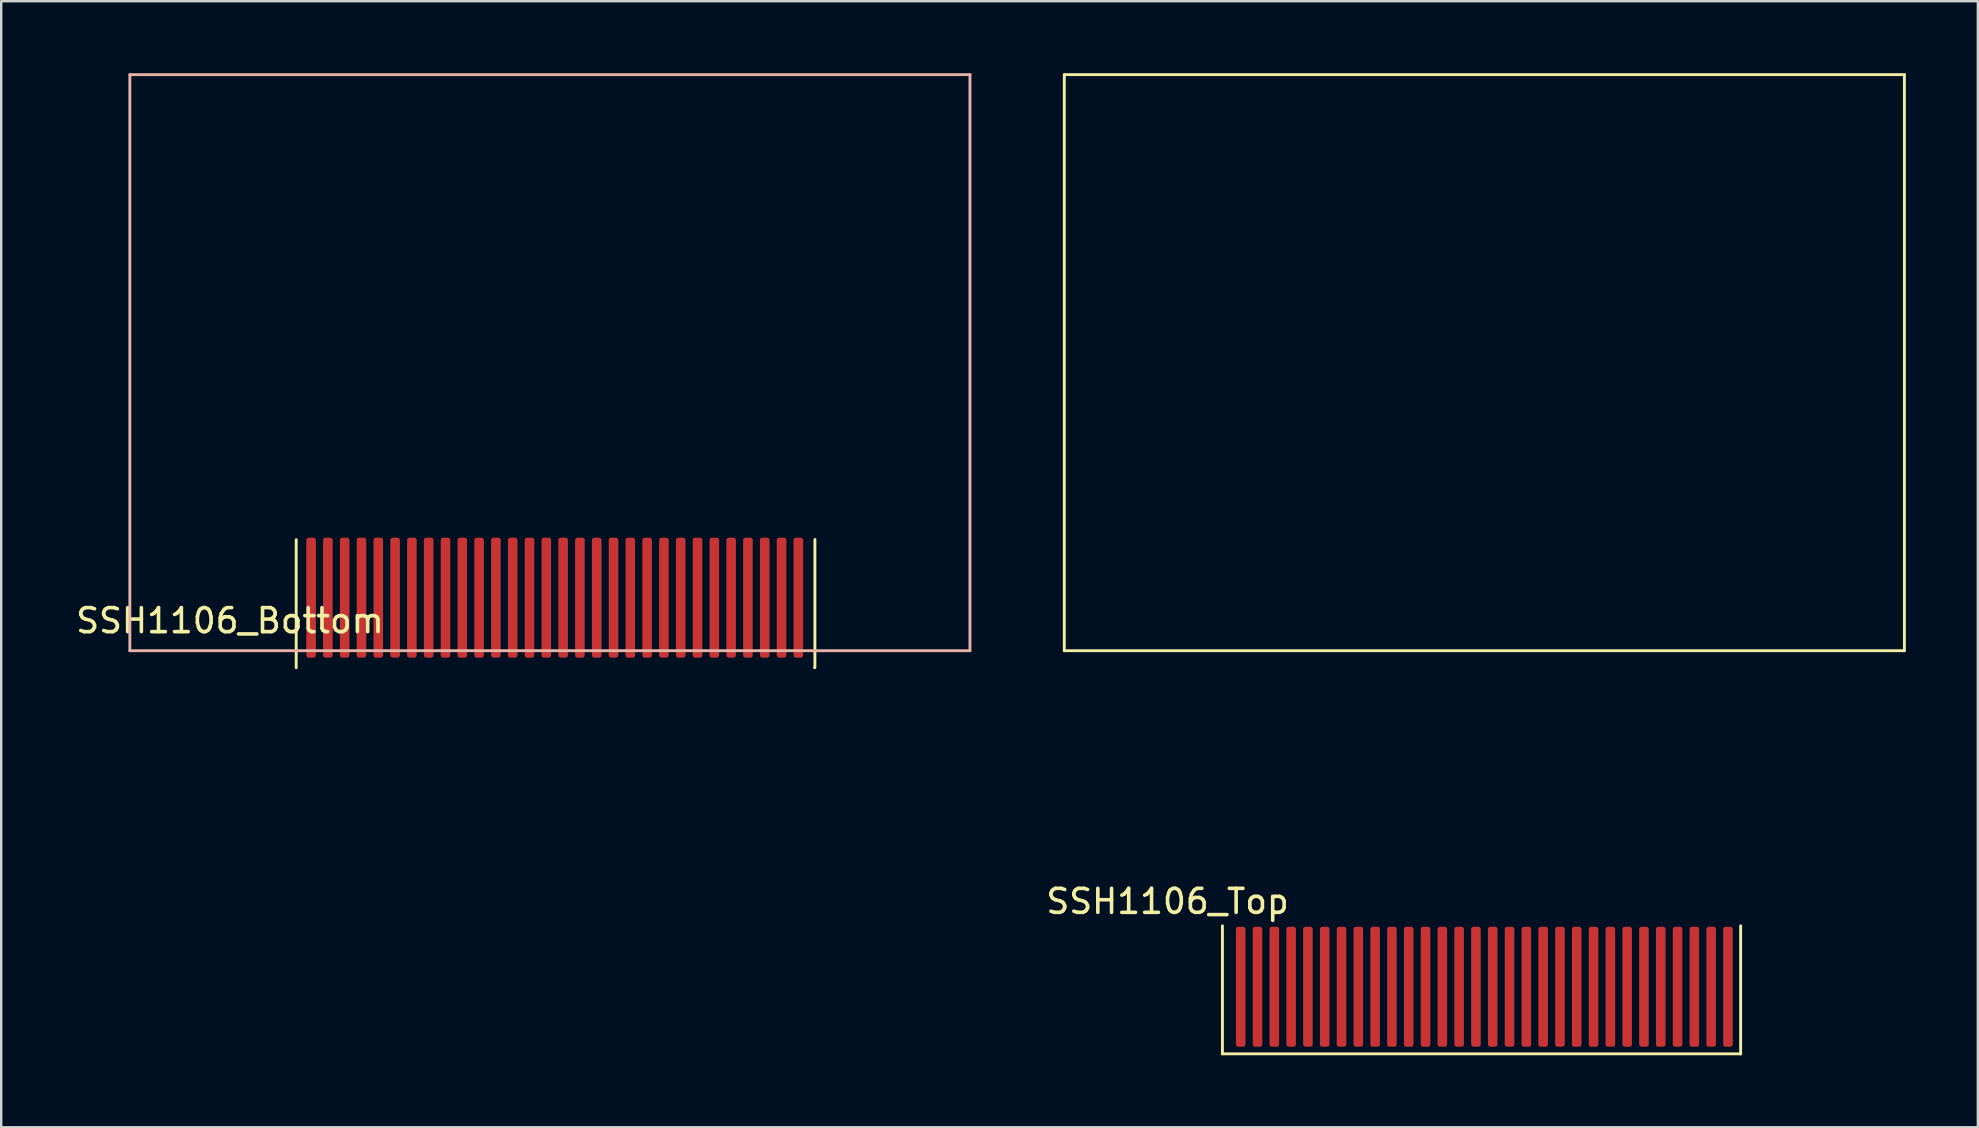
<source format=kicad_pcb>
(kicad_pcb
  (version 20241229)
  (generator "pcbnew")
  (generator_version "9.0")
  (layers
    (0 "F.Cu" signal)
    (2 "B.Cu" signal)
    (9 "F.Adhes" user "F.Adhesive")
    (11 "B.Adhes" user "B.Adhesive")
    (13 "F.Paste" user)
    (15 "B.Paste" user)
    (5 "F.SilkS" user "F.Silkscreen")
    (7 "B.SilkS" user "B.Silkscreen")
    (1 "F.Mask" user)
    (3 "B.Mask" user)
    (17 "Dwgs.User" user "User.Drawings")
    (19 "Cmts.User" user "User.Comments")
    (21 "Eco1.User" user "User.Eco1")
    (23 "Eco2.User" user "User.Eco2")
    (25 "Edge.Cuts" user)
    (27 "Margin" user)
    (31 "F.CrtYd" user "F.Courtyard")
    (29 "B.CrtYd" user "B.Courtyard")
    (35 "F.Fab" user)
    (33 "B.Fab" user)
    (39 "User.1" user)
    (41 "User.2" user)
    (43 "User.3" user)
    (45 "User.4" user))
  (footprint "SSH1106_Bottom"
    (layer "F.Cu")
    (at 19.86 22.06)
    (property "Reference" "SSH1106_Bottom" (at -13.33 0.75 0) (layer "F.SilkS") (effects (font (size 1 1) (thickness 0.15))))
    (attr through_hole)
    (fp_line (start -10.57 -2.624) (end -10.57 2.71) (stroke (width 0.12) (type solid)) (layer "F.SilkS"))
    (fp_line (start 11.028 2.704) (end 11.028 2.704) (stroke (width 0.12) (type solid)) (layer "F.SilkS"))
    (fp_line (start 11.04 2.7) (end 11.04 -2.634) (stroke (width 0.12) (type solid)) (layer "F.SilkS"))
    (fp_line (start -17.5 -22) (end -17.5 2) (stroke (width 0.12) (type solid)) (layer "B.SilkS"))
    (fp_line (start -17.5 -22) (end 17.5 -22) (stroke (width 0.12) (type solid)) (layer "B.SilkS"))
    (fp_line (start -17.5 2) (end 17.5 2) (stroke (width 0.12) (type solid)) (layer "B.SilkS"))
    (fp_line (start 17.5 -22) (end 17.5 2) (stroke (width 0.12) (type solid)) (layer "B.SilkS"))
    (pad "1" smd roundrect (at 10.35 -0.21) (size 0.4 5) (layers "F.Cu" "F.Mask" "F.Paste") (roundrect_rratio 0.25))
    (pad "2" smd roundrect (at 9.65 -0.21) (size 0.4 5) (layers "F.Cu" "F.Mask" "F.Paste") (roundrect_rratio 0.25))
    (pad "3" smd roundrect (at 8.95 -0.21) (size 0.4 5) (layers "F.Cu" "F.Mask" "F.Paste") (roundrect_rratio 0.25))
    (pad "4" smd roundrect (at 8.25 -0.21) (size 0.4 5) (layers "F.Cu" "F.Mask" "F.Paste") (roundrect_rratio 0.25))
    (pad "5" smd roundrect (at 7.55 -0.21) (size 0.4 5) (layers "F.Cu" "F.Mask" "F.Paste") (roundrect_rratio 0.25))
    (pad "6" smd roundrect (at 6.85 -0.21) (size 0.4 5) (layers "F.Cu" "F.Mask" "F.Paste") (roundrect_rratio 0.25))
    (pad "7" smd roundrect (at 6.15 -0.21) (size 0.4 5) (layers "F.Cu" "F.Mask" "F.Paste") (roundrect_rratio 0.25))
    (pad "8" smd roundrect (at 5.45 -0.21) (size 0.4 5) (layers "F.Cu" "F.Mask" "F.Paste") (roundrect_rratio 0.25))
    (pad "9" smd roundrect (at 4.75 -0.21) (size 0.4 5) (layers "F.Cu" "F.Mask" "F.Paste") (roundrect_rratio 0.25))
    (pad "10" smd roundrect (at 4.05 -0.21) (size 0.4 5) (layers "F.Cu" "F.Mask" "F.Paste") (roundrect_rratio 0.25))
    (pad "11" smd roundrect (at 3.35 -0.21) (size 0.4 5) (layers "F.Cu" "F.Mask" "F.Paste") (roundrect_rratio 0.25))
    (pad "12" smd roundrect (at 2.65 -0.21) (size 0.4 5) (layers "F.Cu" "F.Mask" "F.Paste") (roundrect_rratio 0.25))
    (pad "13" smd roundrect (at 1.95 -0.21) (size 0.4 5) (layers "F.Cu" "F.Mask" "F.Paste") (roundrect_rratio 0.25))
    (pad "14" smd roundrect (at 1.25 -0.21) (size 0.4 5) (layers "F.Cu" "F.Mask" "F.Paste") (roundrect_rratio 0.25))
    (pad "15" smd roundrect (at 0.55 -0.21) (size 0.4 5) (layers "F.Cu" "F.Mask" "F.Paste") (roundrect_rratio 0.25))
    (pad "16" smd roundrect (at -0.15 -0.21) (size 0.4 5) (layers "F.Cu" "F.Mask" "F.Paste") (roundrect_rratio 0.25))
    (pad "17" smd roundrect (at -0.85 -0.21) (size 0.4 5) (layers "F.Cu" "F.Mask" "F.Paste") (roundrect_rratio 0.25))
    (pad "18" smd roundrect (at -1.55 -0.21) (size 0.4 5) (layers "F.Cu" "F.Mask" "F.Paste") (roundrect_rratio 0.25))
    (pad "19" smd roundrect (at -2.25 -0.21) (size 0.4 5) (layers "F.Cu" "F.Mask" "F.Paste") (roundrect_rratio 0.25))
    (pad "20" smd roundrect (at -2.95 -0.21) (size 0.4 5) (layers "F.Cu" "F.Mask" "F.Paste") (roundrect_rratio 0.25))
    (pad "21" smd roundrect (at -3.65 -0.21) (size 0.4 5) (layers "F.Cu" "F.Mask" "F.Paste") (roundrect_rratio 0.25))
    (pad "22" smd roundrect (at -4.35 -0.21) (size 0.4 5) (layers "F.Cu" "F.Mask" "F.Paste") (roundrect_rratio 0.25))
    (pad "23" smd roundrect (at -5.05 -0.21) (size 0.4 5) (layers "F.Cu" "F.Mask" "F.Paste") (roundrect_rratio 0.25))
    (pad "24" smd roundrect (at -5.75 -0.21) (size 0.4 5) (layers "F.Cu" "F.Mask" "F.Paste") (roundrect_rratio 0.25))
    (pad "25" smd roundrect (at -6.45 -0.21) (size 0.4 5) (layers "F.Cu" "F.Mask" "F.Paste") (roundrect_rratio 0.25))
    (pad "26" smd roundrect (at -7.15 -0.21) (size 0.4 5) (layers "F.Cu" "F.Mask" "F.Paste") (roundrect_rratio 0.25))
    (pad "27" smd roundrect (at -7.85 -0.21) (size 0.4 5) (layers "F.Cu" "F.Mask" "F.Paste") (roundrect_rratio 0.25))
    (pad "28" smd roundrect (at -8.55 -0.21) (size 0.4 5) (layers "F.Cu" "F.Mask" "F.Paste") (roundrect_rratio 0.25))
    (pad "29" smd roundrect (at -9.25 -0.21) (size 0.4 5) (layers "F.Cu" "F.Mask" "F.Paste") (roundrect_rratio 0.25))
    (pad "30" smd roundrect (at -9.95 -0.21) (size 0.4 5) (layers "F.Cu" "F.Mask" "F.Paste") (roundrect_rratio 0.25)))
  (footprint "SSH1106_Top"
    (layer "F.Cu")
    (at 48.64 38.06)
    (property "Reference" "SSH1106_Top" (at -3.048 -3.556 0) (layer "F.SilkS") (effects (font (size 1 1) (thickness 0.15))))
    (attr through_hole)
    (fp_line (start -7.35 -38) (end 27.65 -38) (stroke (width 0.12) (type solid)) (layer "F.SilkS"))
    (fp_line (start -7.35 -14) (end -7.35 -38) (stroke (width 0.12) (type solid)) (layer "F.SilkS"))
    (fp_line (start -7.35 -14) (end 27.65 -14) (stroke (width 0.12) (type solid)) (layer "F.SilkS"))
    (fp_line (start -0.762 -2.54) (end -0.762 2.794) (stroke (width 0.12) (type solid)) (layer "F.SilkS"))
    (fp_line (start -0.762 2.794) (end 20.828 2.794) (stroke (width 0.12) (type solid)) (layer "F.SilkS"))
    (fp_line (start 20.828 2.794) (end 20.828 -2.54) (stroke (width 0.12) (type solid)) (layer "F.SilkS"))
    (fp_line (start 20.828 2.794) (end 20.828 2.794) (stroke (width 0.12) (type solid)) (layer "F.SilkS"))
    (fp_line (start 27.65 -14) (end 27.65 -38) (stroke (width 0.12) (type solid)) (layer "F.SilkS"))
    (pad "1" smd roundrect (at 0 0) (size 0.4 5) (layers "F.Cu" "F.Mask" "F.Paste") (roundrect_rratio 0.25))
    (pad "2" smd roundrect (at 0.7 0) (size 0.4 5) (layers "F.Cu" "F.Mask" "F.Paste") (roundrect_rratio 0.25))
    (pad "3" smd roundrect (at 1.4 0) (size 0.4 5) (layers "F.Cu" "F.Mask" "F.Paste") (roundrect_rratio 0.25))
    (pad "4" smd roundrect (at 2.1 0) (size 0.4 5) (layers "F.Cu" "F.Mask" "F.Paste") (roundrect_rratio 0.25))
    (pad "5" smd roundrect (at 2.8 0) (size 0.4 5) (layers "F.Cu" "F.Mask" "F.Paste") (roundrect_rratio 0.25))
    (pad "6" smd roundrect (at 3.5 0) (size 0.4 5) (layers "F.Cu" "F.Mask" "F.Paste") (roundrect_rratio 0.25))
    (pad "7" smd roundrect (at 4.2 0) (size 0.4 5) (layers "F.Cu" "F.Mask" "F.Paste") (roundrect_rratio 0.25))
    (pad "8" smd roundrect (at 4.9 0) (size 0.4 5) (layers "F.Cu" "F.Mask" "F.Paste") (roundrect_rratio 0.25))
    (pad "9" smd roundrect (at 5.6 0) (size 0.4 5) (layers "F.Cu" "F.Mask" "F.Paste") (roundrect_rratio 0.25))
    (pad "10" smd roundrect (at 6.3 0) (size 0.4 5) (layers "F.Cu" "F.Mask" "F.Paste") (roundrect_rratio 0.25))
    (pad "11" smd roundrect (at 7 0) (size 0.4 5) (layers "F.Cu" "F.Mask" "F.Paste") (roundrect_rratio 0.25))
    (pad "12" smd roundrect (at 7.7 0) (size 0.4 5) (layers "F.Cu" "F.Mask" "F.Paste") (roundrect_rratio 0.25))
    (pad "13" smd roundrect (at 8.4 0) (size 0.4 5) (layers "F.Cu" "F.Mask" "F.Paste") (roundrect_rratio 0.25))
    (pad "14" smd roundrect (at 9.1 0) (size 0.4 5) (layers "F.Cu" "F.Mask" "F.Paste") (roundrect_rratio 0.25))
    (pad "15" smd roundrect (at 9.8 0) (size 0.4 5) (layers "F.Cu" "F.Mask" "F.Paste") (roundrect_rratio 0.25))
    (pad "16" smd roundrect (at 10.5 0) (size 0.4 5) (layers "F.Cu" "F.Mask" "F.Paste") (roundrect_rratio 0.25))
    (pad "17" smd roundrect (at 11.2 0) (size 0.4 5) (layers "F.Cu" "F.Mask" "F.Paste") (roundrect_rratio 0.25))
    (pad "18" smd roundrect (at 11.9 0) (size 0.4 5) (layers "F.Cu" "F.Mask" "F.Paste") (roundrect_rratio 0.25))
    (pad "19" smd roundrect (at 12.6 0) (size 0.4 5) (layers "F.Cu" "F.Mask" "F.Paste") (roundrect_rratio 0.25))
    (pad "20" smd roundrect (at 13.3 0) (size 0.4 5) (layers "F.Cu" "F.Mask" "F.Paste") (roundrect_rratio 0.25))
    (pad "21" smd roundrect (at 14 0) (size 0.4 5) (layers "F.Cu" "F.Mask" "F.Paste") (roundrect_rratio 0.25))
    (pad "22" smd roundrect (at 14.7 0) (size 0.4 5) (layers "F.Cu" "F.Mask" "F.Paste") (roundrect_rratio 0.25))
    (pad "23" smd roundrect (at 15.4 0) (size 0.4 5) (layers "F.Cu" "F.Mask" "F.Paste") (roundrect_rratio 0.25))
    (pad "24" smd roundrect (at 16.1 0) (size 0.4 5) (layers "F.Cu" "F.Mask" "F.Paste") (roundrect_rratio 0.25))
    (pad "25" smd roundrect (at 16.8 0) (size 0.4 5) (layers "F.Cu" "F.Mask" "F.Paste") (roundrect_rratio 0.25))
    (pad "26" smd roundrect (at 17.5 0) (size 0.4 5) (layers "F.Cu" "F.Mask" "F.Paste") (roundrect_rratio 0.25))
    (pad "27" smd roundrect (at 18.2 0) (size 0.4 5) (layers "F.Cu" "F.Mask" "F.Paste") (roundrect_rratio 0.25))
    (pad "28" smd roundrect (at 18.9 0) (size 0.4 5) (layers "F.Cu" "F.Mask" "F.Paste") (roundrect_rratio 0.25))
    (pad "29" smd roundrect (at 19.6 0) (size 0.4 5) (layers "F.Cu" "F.Mask" "F.Paste") (roundrect_rratio 0.25))
    (pad "30" smd roundrect (at 20.3 0) (size 0.4 5) (layers "F.Cu" "F.Mask" "F.Paste") (roundrect_rratio 0.25)))
  (gr_rect
    (start -3 -3)
    (end 79.35 43.914)
    (stroke (width 0.1) (type default))
    (fill no)
    (layer "Edge.Cuts")))
</source>
